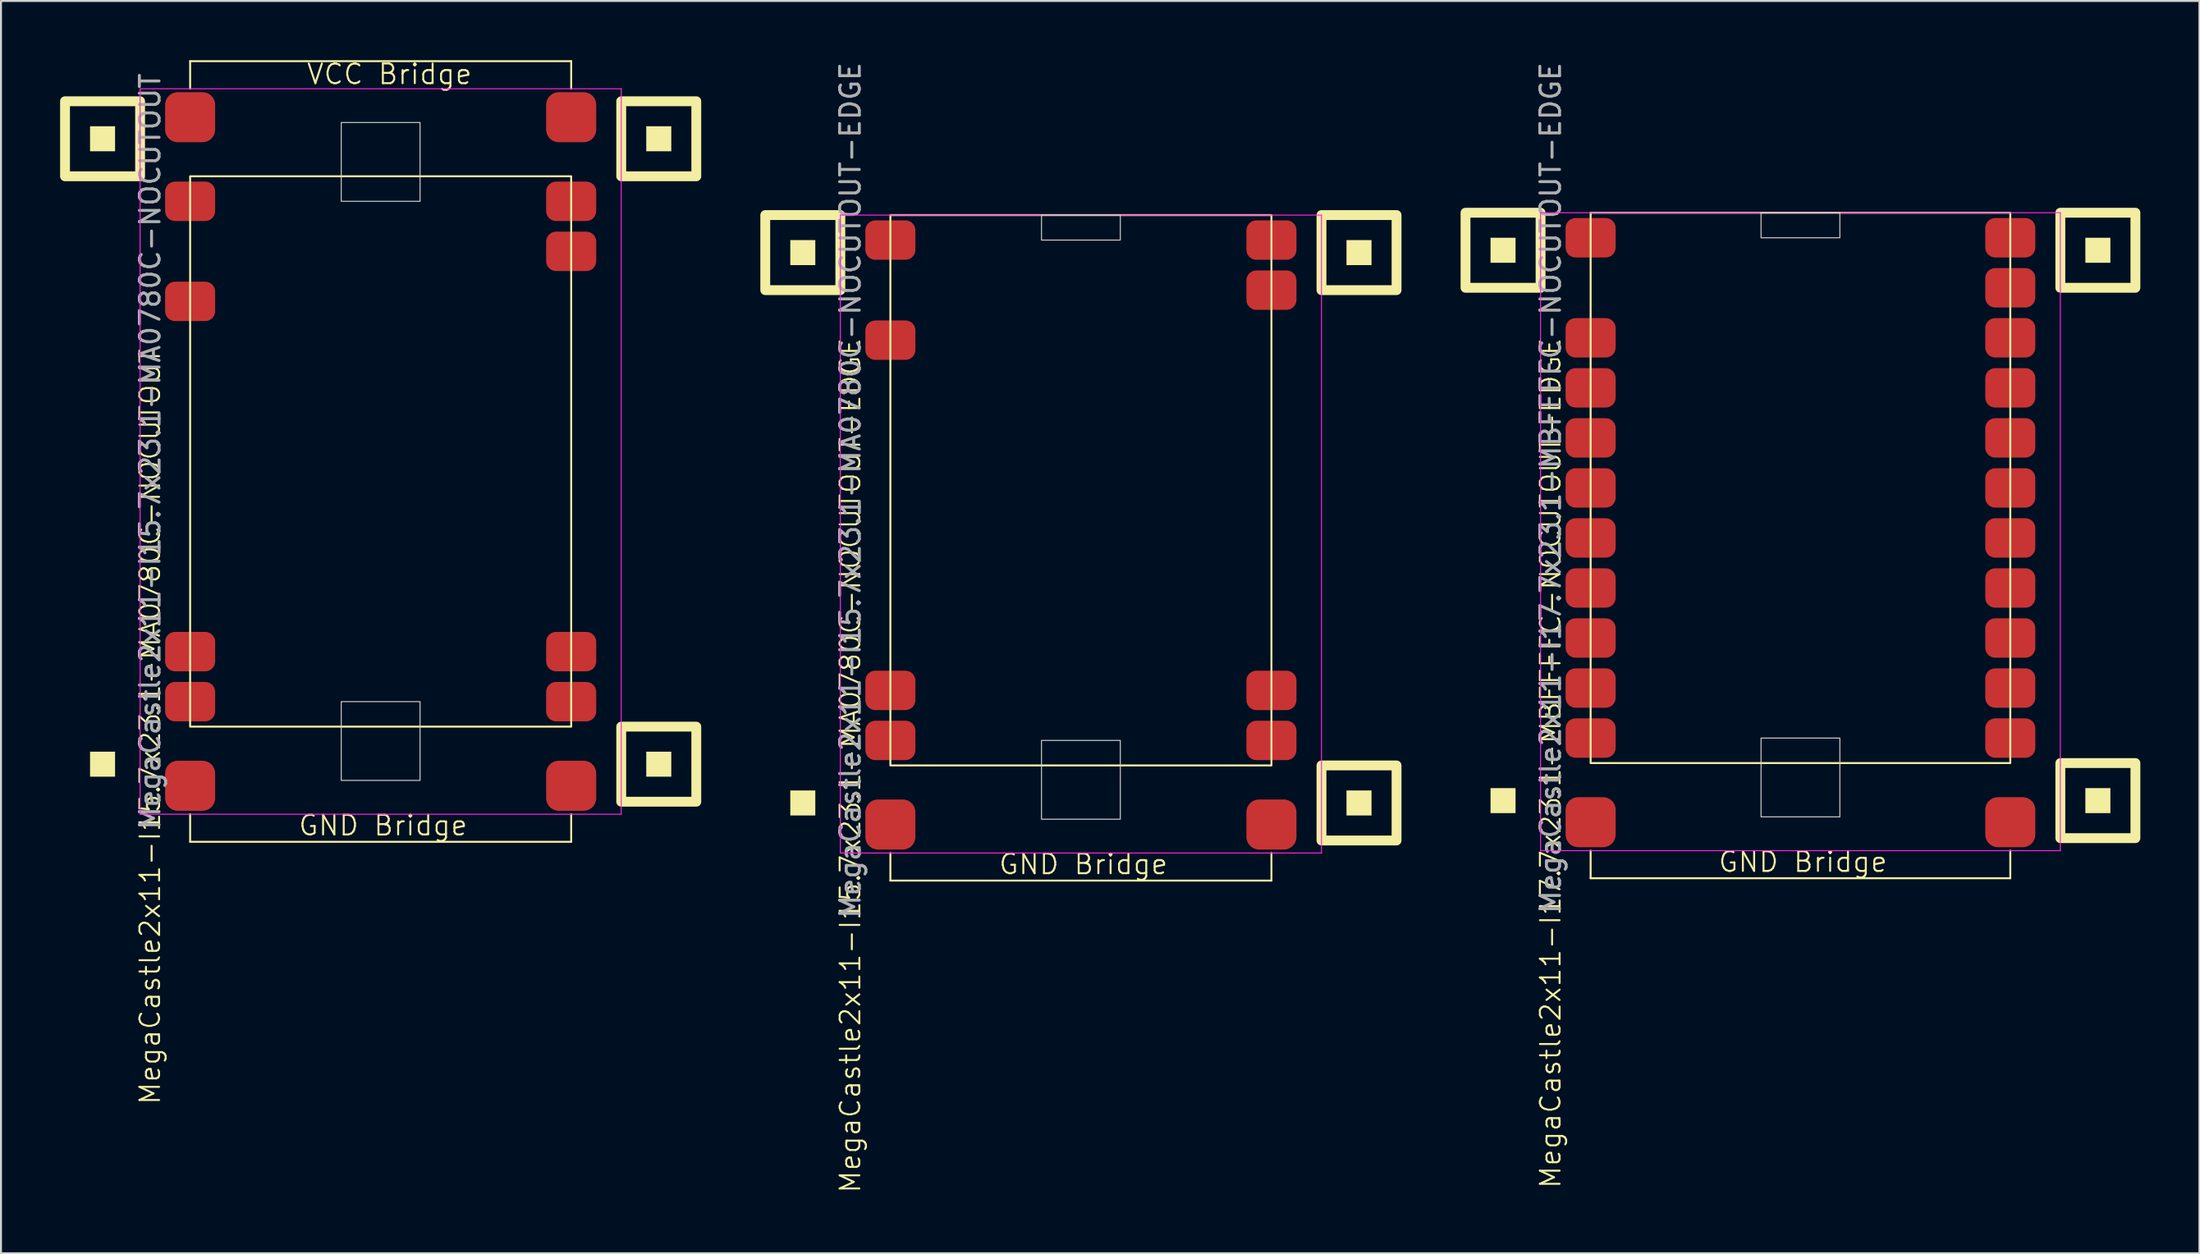
<source format=kicad_pcb>
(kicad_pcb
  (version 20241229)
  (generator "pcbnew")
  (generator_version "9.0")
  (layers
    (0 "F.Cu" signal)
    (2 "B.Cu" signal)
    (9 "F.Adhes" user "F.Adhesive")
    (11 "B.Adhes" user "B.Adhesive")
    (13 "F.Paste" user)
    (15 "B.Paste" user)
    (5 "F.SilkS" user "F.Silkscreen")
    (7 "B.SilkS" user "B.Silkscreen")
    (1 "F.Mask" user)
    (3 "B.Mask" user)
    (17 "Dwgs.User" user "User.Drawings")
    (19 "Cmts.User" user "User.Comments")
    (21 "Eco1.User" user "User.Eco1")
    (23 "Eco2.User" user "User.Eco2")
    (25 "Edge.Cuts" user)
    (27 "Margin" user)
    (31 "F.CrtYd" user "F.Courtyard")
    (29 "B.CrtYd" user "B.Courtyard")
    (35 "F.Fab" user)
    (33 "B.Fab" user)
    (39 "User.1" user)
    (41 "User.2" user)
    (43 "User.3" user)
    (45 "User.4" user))
  (footprint "MegaCastle2x11-I15.7x23.1-MA0780C-NOCUTOUT"
    (layer "F.Cu")
    (at 16.27 19.87)
    (property "Reference" "MegaCastle2x11-I15.7x23.1-MA0780C-NOCUTOUT" (at -11.702 13.97 90) (unlocked yes) (layer "F.SilkS") (effects (font (size 1 1) (thickness 0.1))))
    (attr smd)
    (fp_line (start -9.67 -19.815) (end 9.67 -19.815) (stroke (width 0.1) (type default)) (layer "F.SilkS"))
    (fp_line (start -9.67 -18.415) (end -9.67 -19.815) (stroke (width 0.1) (type default)) (layer "F.SilkS"))
    (fp_line (start -9.67 18.415) (end -9.67 19.815) (stroke (width 0.1) (type default)) (layer "F.SilkS"))
    (fp_line (start -9.67 19.815) (end 9.67 19.815) (stroke (width 0.1) (type default)) (layer "F.SilkS"))
    (fp_line (start 9.67 -18.415) (end 9.67 -19.815) (stroke (width 0.1) (type default)) (layer "F.SilkS"))
    (fp_line (start 9.67 18.415) (end 9.67 19.815) (stroke (width 0.1) (type default)) (layer "F.SilkS"))
    (fp_rect (start -13.48 -15.24) (end -14.75 -16.51) (stroke (width 0) (type solid)) (fill yes) (layer "F.SilkS"))
    (fp_rect (start -13.48 16.51) (end -14.75 15.24) (stroke (width 0) (type solid)) (fill yes) (layer "F.SilkS"))
    (fp_rect (start -12.21 -13.97) (end -16.02 -17.78) (stroke (width 0.5) (type default)) (fill no) (layer "F.SilkS"))
    (fp_rect (start -9.67 -13.97) (end 9.67 13.97) (stroke (width 0.1) (type default)) (fill no) (layer "F.SilkS"))
    (fp_rect (start 14.75 -15.24) (end 13.48 -16.51) (stroke (width 0) (type solid)) (fill yes) (layer "F.SilkS"))
    (fp_rect (start 14.75 16.51) (end 13.48 15.24) (stroke (width 0) (type solid)) (fill yes) (layer "F.SilkS"))
    (fp_rect (start 16.02 -13.97) (end 12.21 -17.78) (stroke (width 0.5) (type default)) (fill no) (layer "F.SilkS"))
    (fp_rect (start 16.02 17.78) (end 12.21 13.97) (stroke (width 0.5) (type default)) (fill no) (layer "F.SilkS"))
    (fp_rect (start -2 -12.7) (end 2 -16.7) (stroke (width 0.05) (type default)) (fill no) (layer "Edge.Cuts"))
    (fp_rect (start -2 12.7) (end 2 16.7) (stroke (width 0.05) (type default)) (fill no) (layer "Edge.Cuts"))
    (fp_line (start -12.21 -18.415) (end -12.21 18.415) (stroke (width 0.05) (type default)) (layer "F.CrtYd"))
    (fp_line (start -12.21 18.415) (end 12.21 18.415) (stroke (width 0.05) (type default)) (layer "F.CrtYd"))
    (fp_line (start 12.21 -18.415) (end -12.21 -18.415) (stroke (width 0.05) (type default)) (layer "F.CrtYd"))
    (fp_line (start 12.21 -18.415) (end 12.21 18.415) (stroke (width 0.05) (type default)) (layer "F.CrtYd"))
    (fp_text user "GND Bridge" (at -4.226 19.57 0) (unlocked yes) (layer "F.SilkS") (effects (font (size 1 1) (thickness 0.1)) (justify left bottom)))
    (fp_text user "VCC Bridge" (at -3.81 -18.57 0) (unlocked yes) (layer "F.SilkS") (effects (font (size 1 1) (thickness 0.1)) (justify left bottom)))
    (fp_text user "${REFERENCE}" (at -11.702 0 90) (unlocked yes) (layer "F.Fab") (effects (font (size 1 1) (thickness 0.15))))
    (pad "1" smd roundrect (at -9.67 -12.7) (size 2.54 2) (layers "F.Cu" "F.Mask" "F.Paste") (roundrect_rratio 0.25))
    (pad "3" smd roundrect (at -9.67 -7.62) (size 2.54 2) (layers "F.Cu" "F.Mask" "F.Paste") (roundrect_rratio 0.25))
    (pad "10" smd roundrect (at -9.67 10.16) (size 2.54 2) (layers "F.Cu" "F.Mask" "F.Paste") (roundrect_rratio 0.25))
    (pad "11" smd roundrect (at -9.67 12.7) (size 2.54 2) (layers "F.Cu" "F.Mask" "F.Paste") (roundrect_rratio 0.25))
    (pad "12" smd roundrect (at 9.67 -12.7) (size 2.54 2) (layers "F.Cu" "F.Mask" "F.Paste") (roundrect_rratio 0.25))
    (pad "13" smd roundrect (at 9.67 -10.16) (size 2.54 2) (layers "F.Cu" "F.Mask" "F.Paste") (roundrect_rratio 0.25))
    (pad "21" smd roundrect (at 9.67 10.16) (size 2.54 2) (layers "F.Cu" "F.Mask" "F.Paste") (roundrect_rratio 0.25))
    (pad "22" smd roundrect (at 9.67 12.7) (size 2.54 2) (layers "F.Cu" "F.Mask" "F.Paste") (roundrect_rratio 0.25))
    (pad "A1" smd roundrect (at -9.67 -16.97) (size 2.54 2.54) (layers "F.Cu" "F.Mask" "F.Paste") (roundrect_rratio 0.25))
    (pad "A2" smd roundrect (at 9.67 -16.97) (size 2.54 2.54) (layers "F.Cu" "F.Mask" "F.Paste") (roundrect_rratio 0.25))
    (pad "B1" smd roundrect (at -9.67 16.97) (size 2.54 2.54) (layers "F.Cu" "F.Mask" "F.Paste") (roundrect_rratio 0.25))
    (pad "B2" smd roundrect (at 9.67 16.97) (size 2.54 2.54) (layers "F.Cu" "F.Mask" "F.Paste") (roundrect_rratio 0.25)))
  (footprint "MegaCastle2x11-I17.7x23.1-MBFFFFC-NOCUTOUT-EDGE"
    (layer "F.Cu")
    (at 88.33 21.72)
    (property "Reference" "MegaCastle2x11-I17.7x23.1-MBFFFFC-NOCUTOUT-EDGE" (at -12.682 13.97 90) (unlocked yes) (layer "F.SilkS") (effects (font (size 1 1) (thickness 0.1))))
    (attr smd)
    (fp_line (start -10.65 18.415) (end -10.65 19.815) (stroke (width 0.1) (type default)) (layer "F.SilkS"))
    (fp_line (start -10.65 19.815) (end 10.65 19.815) (stroke (width 0.1) (type default)) (layer "F.SilkS"))
    (fp_line (start 10.65 18.415) (end 10.65 19.815) (stroke (width 0.1) (type default)) (layer "F.SilkS"))
    (fp_rect (start -14.46 -11.43) (end -15.73 -12.7) (stroke (width 0) (type solid)) (fill yes) (layer "F.SilkS"))
    (fp_rect (start -14.46 16.51) (end -15.73 15.24) (stroke (width 0) (type solid)) (fill yes) (layer "F.SilkS"))
    (fp_rect (start -13.19 -10.16) (end -17 -13.97) (stroke (width 0.5) (type default)) (fill no) (layer "F.SilkS"))
    (fp_rect (start -10.65 -13.97) (end 10.65 13.97) (stroke (width 0.1) (type default)) (fill no) (layer "F.SilkS"))
    (fp_rect (start 15.73 -11.43) (end 14.46 -12.7) (stroke (width 0) (type solid)) (fill yes) (layer "F.SilkS"))
    (fp_rect (start 15.73 16.51) (end 14.46 15.24) (stroke (width 0) (type solid)) (fill yes) (layer "F.SilkS"))
    (fp_rect (start 17 -10.16) (end 13.19 -13.97) (stroke (width 0.5) (type default)) (fill no) (layer "F.SilkS"))
    (fp_rect (start 17 17.78) (end 13.19 13.97) (stroke (width 0.5) (type default)) (fill no) (layer "F.SilkS"))
    (fp_rect (start -2 -12.7) (end 2 -13.97) (stroke (width 0.05) (type default)) (fill no) (layer "Edge.Cuts"))
    (fp_rect (start -2 12.7) (end 2 16.7) (stroke (width 0.05) (type default)) (fill no) (layer "Edge.Cuts"))
    (fp_line (start -13.19 -13.97) (end -13.19 18.415) (stroke (width 0.05) (type default)) (layer "F.CrtYd"))
    (fp_line (start -13.19 18.415) (end 13.19 18.415) (stroke (width 0.05) (type default)) (layer "F.CrtYd"))
    (fp_line (start 13.19 -13.97) (end -13.19 -13.97) (stroke (width 0.05) (type default)) (layer "F.CrtYd"))
    (fp_line (start 13.19 -13.97) (end 13.19 18.415) (stroke (width 0.05) (type default)) (layer "F.CrtYd"))
    (fp_text user "GND Bridge" (at -4.226 19.57 0) (unlocked yes) (layer "F.SilkS") (effects (font (size 1 1) (thickness 0.1)) (justify left bottom)))
    (fp_text user "${REFERENCE}" (at -12.682 0 90) (unlocked yes) (layer "F.Fab") (effects (font (size 1 1) (thickness 0.15))))
    (pad "1" smd roundrect (at -10.65 -12.7) (size 2.54 2) (layers "F.Cu" "F.Mask" "F.Paste") (roundrect_rratio 0.25))
    (pad "3" smd roundrect (at -10.65 -7.62) (size 2.54 2) (layers "F.Cu" "F.Mask" "F.Paste") (roundrect_rratio 0.25))
    (pad "4" smd roundrect (at -10.65 -5.08) (size 2.54 2) (layers "F.Cu" "F.Mask" "F.Paste") (roundrect_rratio 0.25))
    (pad "5" smd roundrect (at -10.65 -2.54) (size 2.54 2) (layers "F.Cu" "F.Mask" "F.Paste") (roundrect_rratio 0.25))
    (pad "6" smd roundrect (at -10.65 0) (size 2.54 2) (layers "F.Cu" "F.Mask" "F.Paste") (roundrect_rratio 0.25))
    (pad "7" smd roundrect (at -10.65 2.54) (size 2.54 2) (layers "F.Cu" "F.Mask" "F.Paste") (roundrect_rratio 0.25))
    (pad "8" smd roundrect (at -10.65 5.08) (size 2.54 2) (layers "F.Cu" "F.Mask" "F.Paste") (roundrect_rratio 0.25))
    (pad "9" smd roundrect (at -10.65 7.62) (size 2.54 2) (layers "F.Cu" "F.Mask" "F.Paste") (roundrect_rratio 0.25))
    (pad "10" smd roundrect (at -10.65 10.16) (size 2.54 2) (layers "F.Cu" "F.Mask" "F.Paste") (roundrect_rratio 0.25))
    (pad "11" smd roundrect (at -10.65 12.7) (size 2.54 2) (layers "F.Cu" "F.Mask" "F.Paste") (roundrect_rratio 0.25))
    (pad "12" smd roundrect (at 10.65 -12.7) (size 2.54 2) (layers "F.Cu" "F.Mask" "F.Paste") (roundrect_rratio 0.25))
    (pad "13" smd roundrect (at 10.65 -10.16) (size 2.54 2) (layers "F.Cu" "F.Mask" "F.Paste") (roundrect_rratio 0.25))
    (pad "14" smd roundrect (at 10.65 -7.62) (size 2.54 2) (layers "F.Cu" "F.Mask" "F.Paste") (roundrect_rratio 0.25))
    (pad "15" smd roundrect (at 10.65 -5.08) (size 2.54 2) (layers "F.Cu" "F.Mask" "F.Paste") (roundrect_rratio 0.25))
    (pad "16" smd roundrect (at 10.65 -2.54) (size 2.54 2) (layers "F.Cu" "F.Mask" "F.Paste") (roundrect_rratio 0.25))
    (pad "17" smd roundrect (at 10.65 0) (size 2.54 2) (layers "F.Cu" "F.Mask" "F.Paste") (roundrect_rratio 0.25))
    (pad "18" smd roundrect (at 10.65 2.54) (size 2.54 2) (layers "F.Cu" "F.Mask" "F.Paste") (roundrect_rratio 0.25))
    (pad "19" smd roundrect (at 10.65 5.08) (size 2.54 2) (layers "F.Cu" "F.Mask" "F.Paste") (roundrect_rratio 0.25))
    (pad "20" smd roundrect (at 10.65 7.62) (size 2.54 2) (layers "F.Cu" "F.Mask" "F.Paste") (roundrect_rratio 0.25))
    (pad "21" smd roundrect (at 10.65 10.16) (size 2.54 2) (layers "F.Cu" "F.Mask" "F.Paste") (roundrect_rratio 0.25))
    (pad "22" smd roundrect (at 10.65 12.7) (size 2.54 2) (layers "F.Cu" "F.Mask" "F.Paste") (roundrect_rratio 0.25))
    (pad "B1" smd roundrect (at -10.65 16.97) (size 2.54 2.54) (layers "F.Cu" "F.Mask" "F.Paste") (roundrect_rratio 0.25))
    (pad "B2" smd roundrect (at 10.65 16.97) (size 2.54 2.54) (layers "F.Cu" "F.Mask" "F.Paste") (roundrect_rratio 0.25)))
  (footprint "MegaCastle2x11-I15.7x23.1-MA0780C-NOCUTOUT-EDGE"
    (layer "F.Cu")
    (at 51.81 21.839)
    (property "Reference" "MegaCastle2x11-I15.7x23.1-MA0780C-NOCUTOUT-EDGE" (at -11.702 13.97 90) (unlocked yes) (layer "F.SilkS") (effects (font (size 1 1) (thickness 0.1))))
    (attr smd)
    (fp_line (start -9.67 18.415) (end -9.67 19.815) (stroke (width 0.1) (type default)) (layer "F.SilkS"))
    (fp_line (start -9.67 19.815) (end 9.67 19.815) (stroke (width 0.1) (type default)) (layer "F.SilkS"))
    (fp_line (start 9.67 18.415) (end 9.67 19.815) (stroke (width 0.1) (type default)) (layer "F.SilkS"))
    (fp_rect (start -13.48 -11.43) (end -14.75 -12.7) (stroke (width 0) (type solid)) (fill yes) (layer "F.SilkS"))
    (fp_rect (start -13.48 16.51) (end -14.75 15.24) (stroke (width 0) (type solid)) (fill yes) (layer "F.SilkS"))
    (fp_rect (start -12.21 -10.16) (end -16.02 -13.97) (stroke (width 0.5) (type default)) (fill no) (layer "F.SilkS"))
    (fp_rect (start -9.67 -13.97) (end 9.67 13.97) (stroke (width 0.1) (type default)) (fill no) (layer "F.SilkS"))
    (fp_rect (start 14.75 -11.43) (end 13.48 -12.7) (stroke (width 0) (type solid)) (fill yes) (layer "F.SilkS"))
    (fp_rect (start 14.75 16.51) (end 13.48 15.24) (stroke (width 0) (type solid)) (fill yes) (layer "F.SilkS"))
    (fp_rect (start 16.02 -10.16) (end 12.21 -13.97) (stroke (width 0.5) (type default)) (fill no) (layer "F.SilkS"))
    (fp_rect (start 16.02 17.78) (end 12.21 13.97) (stroke (width 0.5) (type default)) (fill no) (layer "F.SilkS"))
    (fp_rect (start -2 -12.7) (end 2 -13.97) (stroke (width 0.05) (type default)) (fill no) (layer "Edge.Cuts"))
    (fp_rect (start -2 12.7) (end 2 16.7) (stroke (width 0.05) (type default)) (fill no) (layer "Edge.Cuts"))
    (fp_line (start -12.21 -13.97) (end -12.21 18.415) (stroke (width 0.05) (type default)) (layer "F.CrtYd"))
    (fp_line (start -12.21 18.415) (end 12.21 18.415) (stroke (width 0.05) (type default)) (layer "F.CrtYd"))
    (fp_line (start 12.21 -13.97) (end -12.21 -13.97) (stroke (width 0.05) (type default)) (layer "F.CrtYd"))
    (fp_line (start 12.21 -13.97) (end 12.21 18.415) (stroke (width 0.05) (type default)) (layer "F.CrtYd"))
    (fp_text user "GND Bridge" (at -4.226 19.57 0) (unlocked yes) (layer "F.SilkS") (effects (font (size 1 1) (thickness 0.1)) (justify left bottom)))
    (fp_text user "${REFERENCE}" (at -11.702 0 90) (unlocked yes) (layer "F.Fab") (effects (font (size 1 1) (thickness 0.15))))
    (pad "1" smd roundrect (at -9.67 -12.7) (size 2.54 2) (layers "F.Cu" "F.Mask" "F.Paste") (roundrect_rratio 0.25))
    (pad "3" smd roundrect (at -9.67 -7.62) (size 2.54 2) (layers "F.Cu" "F.Mask" "F.Paste") (roundrect_rratio 0.25))
    (pad "10" smd roundrect (at -9.67 10.16) (size 2.54 2) (layers "F.Cu" "F.Mask" "F.Paste") (roundrect_rratio 0.25))
    (pad "11" smd roundrect (at -9.67 12.7) (size 2.54 2) (layers "F.Cu" "F.Mask" "F.Paste") (roundrect_rratio 0.25))
    (pad "12" smd roundrect (at 9.67 -12.7) (size 2.54 2) (layers "F.Cu" "F.Mask" "F.Paste") (roundrect_rratio 0.25))
    (pad "13" smd roundrect (at 9.67 -10.16) (size 2.54 2) (layers "F.Cu" "F.Mask" "F.Paste") (roundrect_rratio 0.25))
    (pad "21" smd roundrect (at 9.67 10.16) (size 2.54 2) (layers "F.Cu" "F.Mask" "F.Paste") (roundrect_rratio 0.25))
    (pad "22" smd roundrect (at 9.67 12.7) (size 2.54 2) (layers "F.Cu" "F.Mask" "F.Paste") (roundrect_rratio 0.25))
    (pad "B1" smd roundrect (at -9.67 16.97) (size 2.54 2.54) (layers "F.Cu" "F.Mask" "F.Paste") (roundrect_rratio 0.25))
    (pad "B2" smd roundrect (at 9.67 16.97) (size 2.54 2.54) (layers "F.Cu" "F.Mask" "F.Paste") (roundrect_rratio 0.25)))
  (gr_rect
    (start -3 -3)
    (end 108.58 60.574)
    (stroke (width 0.1) (type default))
    (fill no)
    (layer "Edge.Cuts")))
</source>
